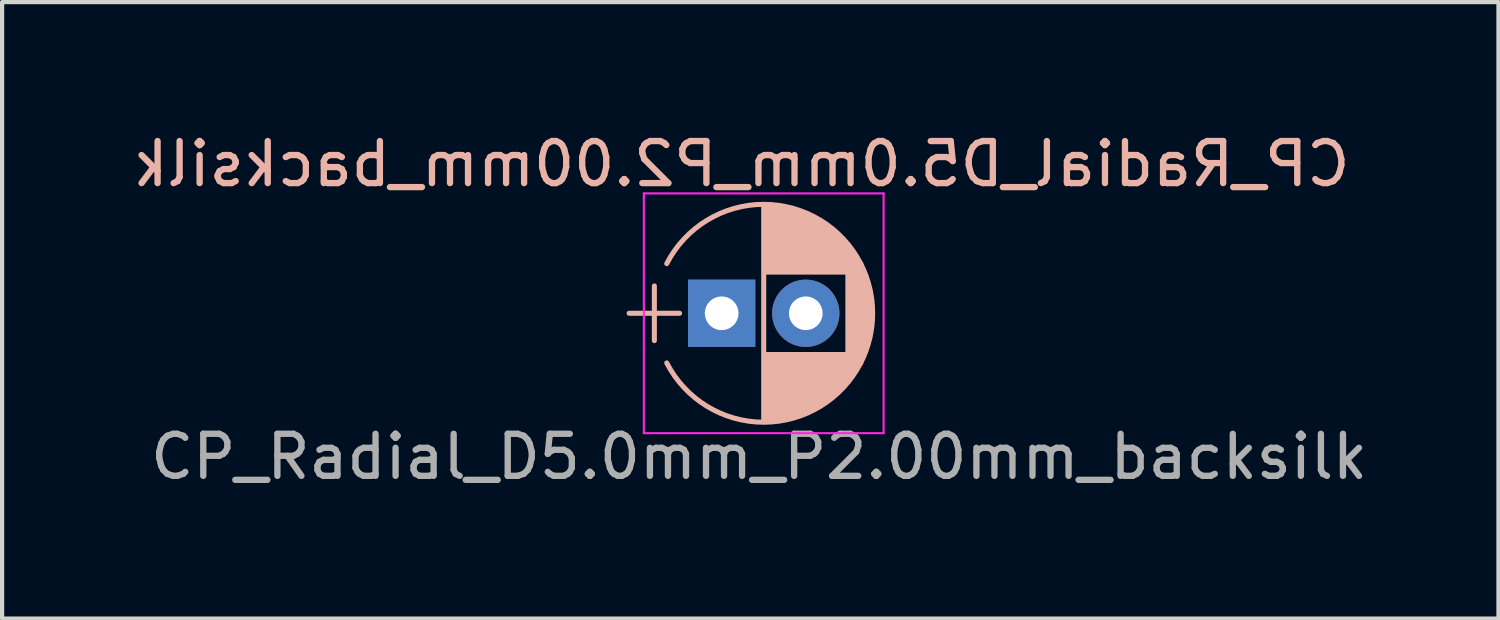
<source format=kicad_pcb>
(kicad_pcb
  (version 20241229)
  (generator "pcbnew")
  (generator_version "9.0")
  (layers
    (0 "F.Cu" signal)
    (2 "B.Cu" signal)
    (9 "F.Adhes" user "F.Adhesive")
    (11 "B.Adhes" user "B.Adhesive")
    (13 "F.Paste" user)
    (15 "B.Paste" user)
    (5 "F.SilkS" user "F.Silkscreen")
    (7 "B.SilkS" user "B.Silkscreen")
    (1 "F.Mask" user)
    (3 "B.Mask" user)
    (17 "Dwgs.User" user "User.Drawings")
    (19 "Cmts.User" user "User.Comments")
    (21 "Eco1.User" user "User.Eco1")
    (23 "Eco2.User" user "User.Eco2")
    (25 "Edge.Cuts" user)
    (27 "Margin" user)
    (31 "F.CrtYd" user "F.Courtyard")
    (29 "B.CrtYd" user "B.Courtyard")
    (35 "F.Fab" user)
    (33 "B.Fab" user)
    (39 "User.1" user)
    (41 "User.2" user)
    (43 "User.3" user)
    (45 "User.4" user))
  (footprint "CP_Radial_D5.0mm_P2.00mm_backsilk"
    (layer "F.Cu")
    (at 14.107 4.398)
    (property "Reference" "CP_Radial_D5.0mm_P2.00mm_backsilk" (at 0.47 -3.55 0) (layer "B.SilkS") (effects (font (size 1 1) (thickness 0.15)) (justify mirror)))
    (attr through_hole)
    (fp_line (start -2.2 0) (end -1 0) (stroke (width 0.12) (type solid)) (layer "B.SilkS"))
    (fp_line (start -1.6 -0.65) (end -1.6 0.65) (stroke (width 0.12) (type solid)) (layer "B.SilkS"))
    (fp_line (start 1 -2.55) (end 1 2.55) (stroke (width 0.12) (type solid)) (layer "B.SilkS"))
    (fp_line (start 1.04 -2.55) (end 1.04 -0.98) (stroke (width 0.12) (type solid)) (layer "B.SilkS"))
    (fp_line (start 1.04 0.98) (end 1.04 2.55) (stroke (width 0.12) (type solid)) (layer "B.SilkS"))
    (fp_line (start 1.08 -2.549) (end 1.08 -0.98) (stroke (width 0.12) (type solid)) (layer "B.SilkS"))
    (fp_line (start 1.08 0.98) (end 1.08 2.549) (stroke (width 0.12) (type solid)) (layer "B.SilkS"))
    (fp_line (start 1.12 -2.548) (end 1.12 -0.98) (stroke (width 0.12) (type solid)) (layer "B.SilkS"))
    (fp_line (start 1.12 0.98) (end 1.12 2.548) (stroke (width 0.12) (type solid)) (layer "B.SilkS"))
    (fp_line (start 1.16 -2.546) (end 1.16 -0.98) (stroke (width 0.12) (type solid)) (layer "B.SilkS"))
    (fp_line (start 1.16 0.98) (end 1.16 2.546) (stroke (width 0.12) (type solid)) (layer "B.SilkS"))
    (fp_line (start 1.2 -2.543) (end 1.2 -0.98) (stroke (width 0.12) (type solid)) (layer "B.SilkS"))
    (fp_line (start 1.2 0.98) (end 1.2 2.543) (stroke (width 0.12) (type solid)) (layer "B.SilkS"))
    (fp_line (start 1.24 -2.539) (end 1.24 -0.98) (stroke (width 0.12) (type solid)) (layer "B.SilkS"))
    (fp_line (start 1.24 0.98) (end 1.24 2.539) (stroke (width 0.12) (type solid)) (layer "B.SilkS"))
    (fp_line (start 1.28 -2.535) (end 1.28 -0.98) (stroke (width 0.12) (type solid)) (layer "B.SilkS"))
    (fp_line (start 1.28 0.98) (end 1.28 2.535) (stroke (width 0.12) (type solid)) (layer "B.SilkS"))
    (fp_line (start 1.32 -2.531) (end 1.32 -0.98) (stroke (width 0.12) (type solid)) (layer "B.SilkS"))
    (fp_line (start 1.32 0.98) (end 1.32 2.531) (stroke (width 0.12) (type solid)) (layer "B.SilkS"))
    (fp_line (start 1.36 -2.525) (end 1.36 -0.98) (stroke (width 0.12) (type solid)) (layer "B.SilkS"))
    (fp_line (start 1.36 0.98) (end 1.36 2.525) (stroke (width 0.12) (type solid)) (layer "B.SilkS"))
    (fp_line (start 1.4 -2.519) (end 1.4 -0.98) (stroke (width 0.12) (type solid)) (layer "B.SilkS"))
    (fp_line (start 1.4 0.98) (end 1.4 2.519) (stroke (width 0.12) (type solid)) (layer "B.SilkS"))
    (fp_line (start 1.44 -2.513) (end 1.44 -0.98) (stroke (width 0.12) (type solid)) (layer "B.SilkS"))
    (fp_line (start 1.44 0.98) (end 1.44 2.513) (stroke (width 0.12) (type solid)) (layer "B.SilkS"))
    (fp_line (start 1.48 -2.506) (end 1.48 -0.98) (stroke (width 0.12) (type solid)) (layer "B.SilkS"))
    (fp_line (start 1.48 0.98) (end 1.48 2.506) (stroke (width 0.12) (type solid)) (layer "B.SilkS"))
    (fp_line (start 1.52 -2.498) (end 1.52 -0.98) (stroke (width 0.12) (type solid)) (layer "B.SilkS"))
    (fp_line (start 1.52 0.98) (end 1.52 2.498) (stroke (width 0.12) (type solid)) (layer "B.SilkS"))
    (fp_line (start 1.56 -2.489) (end 1.56 -0.98) (stroke (width 0.12) (type solid)) (layer "B.SilkS"))
    (fp_line (start 1.56 0.98) (end 1.56 2.489) (stroke (width 0.12) (type solid)) (layer "B.SilkS"))
    (fp_line (start 1.6 -2.48) (end 1.6 -0.98) (stroke (width 0.12) (type solid)) (layer "B.SilkS"))
    (fp_line (start 1.6 0.98) (end 1.6 2.48) (stroke (width 0.12) (type solid)) (layer "B.SilkS"))
    (fp_line (start 1.64 -2.47) (end 1.64 -0.98) (stroke (width 0.12) (type solid)) (layer "B.SilkS"))
    (fp_line (start 1.64 0.98) (end 1.64 2.47) (stroke (width 0.12) (type solid)) (layer "B.SilkS"))
    (fp_line (start 1.68 -2.46) (end 1.68 -0.98) (stroke (width 0.12) (type solid)) (layer "B.SilkS"))
    (fp_line (start 1.68 0.98) (end 1.68 2.46) (stroke (width 0.12) (type solid)) (layer "B.SilkS"))
    (fp_line (start 1.721 -2.448) (end 1.721 -0.98) (stroke (width 0.12) (type solid)) (layer "B.SilkS"))
    (fp_line (start 1.721 0.98) (end 1.721 2.448) (stroke (width 0.12) (type solid)) (layer "B.SilkS"))
    (fp_line (start 1.761 -2.436) (end 1.761 -0.98) (stroke (width 0.12) (type solid)) (layer "B.SilkS"))
    (fp_line (start 1.761 0.98) (end 1.761 2.436) (stroke (width 0.12) (type solid)) (layer "B.SilkS"))
    (fp_line (start 1.801 -2.424) (end 1.801 -0.98) (stroke (width 0.12) (type solid)) (layer "B.SilkS"))
    (fp_line (start 1.801 0.98) (end 1.801 2.424) (stroke (width 0.12) (type solid)) (layer "B.SilkS"))
    (fp_line (start 1.841 -2.41) (end 1.841 -0.98) (stroke (width 0.12) (type solid)) (layer "B.SilkS"))
    (fp_line (start 1.841 0.98) (end 1.841 2.41) (stroke (width 0.12) (type solid)) (layer "B.SilkS"))
    (fp_line (start 1.881 -2.396) (end 1.881 -0.98) (stroke (width 0.12) (type solid)) (layer "B.SilkS"))
    (fp_line (start 1.881 0.98) (end 1.881 2.396) (stroke (width 0.12) (type solid)) (layer "B.SilkS"))
    (fp_line (start 1.921 -2.382) (end 1.921 -0.98) (stroke (width 0.12) (type solid)) (layer "B.SilkS"))
    (fp_line (start 1.921 0.98) (end 1.921 2.382) (stroke (width 0.12) (type solid)) (layer "B.SilkS"))
    (fp_line (start 1.961 -2.366) (end 1.961 -0.98) (stroke (width 0.12) (type solid)) (layer "B.SilkS"))
    (fp_line (start 1.961 0.98) (end 1.961 2.366) (stroke (width 0.12) (type solid)) (layer "B.SilkS"))
    (fp_line (start 2.001 -2.35) (end 2.001 -0.98) (stroke (width 0.12) (type solid)) (layer "B.SilkS"))
    (fp_line (start 2.001 0.98) (end 2.001 2.35) (stroke (width 0.12) (type solid)) (layer "B.SilkS"))
    (fp_line (start 2.041 -2.333) (end 2.041 -0.98) (stroke (width 0.12) (type solid)) (layer "B.SilkS"))
    (fp_line (start 2.041 0.98) (end 2.041 2.333) (stroke (width 0.12) (type solid)) (layer "B.SilkS"))
    (fp_line (start 2.081 -2.315) (end 2.081 -0.98) (stroke (width 0.12) (type solid)) (layer "B.SilkS"))
    (fp_line (start 2.081 0.98) (end 2.081 2.315) (stroke (width 0.12) (type solid)) (layer "B.SilkS"))
    (fp_line (start 2.121 -2.296) (end 2.121 -0.98) (stroke (width 0.12) (type solid)) (layer "B.SilkS"))
    (fp_line (start 2.121 0.98) (end 2.121 2.296) (stroke (width 0.12) (type solid)) (layer "B.SilkS"))
    (fp_line (start 2.161 -2.276) (end 2.161 -0.98) (stroke (width 0.12) (type solid)) (layer "B.SilkS"))
    (fp_line (start 2.161 0.98) (end 2.161 2.276) (stroke (width 0.12) (type solid)) (layer "B.SilkS"))
    (fp_line (start 2.201 -2.256) (end 2.201 -0.98) (stroke (width 0.12) (type solid)) (layer "B.SilkS"))
    (fp_line (start 2.201 0.98) (end 2.201 2.256) (stroke (width 0.12) (type solid)) (layer "B.SilkS"))
    (fp_line (start 2.241 -2.234) (end 2.241 -0.98) (stroke (width 0.12) (type solid)) (layer "B.SilkS"))
    (fp_line (start 2.241 0.98) (end 2.241 2.234) (stroke (width 0.12) (type solid)) (layer "B.SilkS"))
    (fp_line (start 2.281 -2.212) (end 2.281 -0.98) (stroke (width 0.12) (type solid)) (layer "B.SilkS"))
    (fp_line (start 2.281 0.98) (end 2.281 2.212) (stroke (width 0.12) (type solid)) (layer "B.SilkS"))
    (fp_line (start 2.321 -2.189) (end 2.321 -0.98) (stroke (width 0.12) (type solid)) (layer "B.SilkS"))
    (fp_line (start 2.321 0.98) (end 2.321 2.189) (stroke (width 0.12) (type solid)) (layer "B.SilkS"))
    (fp_line (start 2.361 -2.165) (end 2.361 -0.98) (stroke (width 0.12) (type solid)) (layer "B.SilkS"))
    (fp_line (start 2.361 0.98) (end 2.361 2.165) (stroke (width 0.12) (type solid)) (layer "B.SilkS"))
    (fp_line (start 2.401 -2.14) (end 2.401 -0.98) (stroke (width 0.12) (type solid)) (layer "B.SilkS"))
    (fp_line (start 2.401 0.98) (end 2.401 2.14) (stroke (width 0.12) (type solid)) (layer "B.SilkS"))
    (fp_line (start 2.441 -2.113) (end 2.441 -0.98) (stroke (width 0.12) (type solid)) (layer "B.SilkS"))
    (fp_line (start 2.441 0.98) (end 2.441 2.113) (stroke (width 0.12) (type solid)) (layer "B.SilkS"))
    (fp_line (start 2.481 -2.086) (end 2.481 -0.98) (stroke (width 0.12) (type solid)) (layer "B.SilkS"))
    (fp_line (start 2.481 0.98) (end 2.481 2.086) (stroke (width 0.12) (type solid)) (layer "B.SilkS"))
    (fp_line (start 2.521 -2.058) (end 2.521 -0.98) (stroke (width 0.12) (type solid)) (layer "B.SilkS"))
    (fp_line (start 2.521 0.98) (end 2.521 2.058) (stroke (width 0.12) (type solid)) (layer "B.SilkS"))
    (fp_line (start 2.561 -2.028) (end 2.561 -0.98) (stroke (width 0.12) (type solid)) (layer "B.SilkS"))
    (fp_line (start 2.561 0.98) (end 2.561 2.028) (stroke (width 0.12) (type solid)) (layer "B.SilkS"))
    (fp_line (start 2.601 -1.997) (end 2.601 -0.98) (stroke (width 0.12) (type solid)) (layer "B.SilkS"))
    (fp_line (start 2.601 0.98) (end 2.601 1.997) (stroke (width 0.12) (type solid)) (layer "B.SilkS"))
    (fp_line (start 2.641 -1.965) (end 2.641 -0.98) (stroke (width 0.12) (type solid)) (layer "B.SilkS"))
    (fp_line (start 2.641 0.98) (end 2.641 1.965) (stroke (width 0.12) (type solid)) (layer "B.SilkS"))
    (fp_line (start 2.681 -1.932) (end 2.681 -0.98) (stroke (width 0.12) (type solid)) (layer "B.SilkS"))
    (fp_line (start 2.681 0.98) (end 2.681 1.932) (stroke (width 0.12) (type solid)) (layer "B.SilkS"))
    (fp_line (start 2.721 -1.897) (end 2.721 -0.98) (stroke (width 0.12) (type solid)) (layer "B.SilkS"))
    (fp_line (start 2.721 0.98) (end 2.721 1.897) (stroke (width 0.12) (type solid)) (layer "B.SilkS"))
    (fp_line (start 2.761 -1.861) (end 2.761 -0.98) (stroke (width 0.12) (type solid)) (layer "B.SilkS"))
    (fp_line (start 2.761 0.98) (end 2.761 1.861) (stroke (width 0.12) (type solid)) (layer "B.SilkS"))
    (fp_line (start 2.801 -1.823) (end 2.801 -0.98) (stroke (width 0.12) (type solid)) (layer "B.SilkS"))
    (fp_line (start 2.801 0.98) (end 2.801 1.823) (stroke (width 0.12) (type solid)) (layer "B.SilkS"))
    (fp_line (start 2.841 -1.783) (end 2.841 -0.98) (stroke (width 0.12) (type solid)) (layer "B.SilkS"))
    (fp_line (start 2.841 0.98) (end 2.841 1.783) (stroke (width 0.12) (type solid)) (layer "B.SilkS"))
    (fp_line (start 2.881 -1.742) (end 2.881 -0.98) (stroke (width 0.12) (type solid)) (layer "B.SilkS"))
    (fp_line (start 2.881 0.98) (end 2.881 1.742) (stroke (width 0.12) (type solid)) (layer "B.SilkS"))
    (fp_line (start 2.921 -1.699) (end 2.921 -0.98) (stroke (width 0.12) (type solid)) (layer "B.SilkS"))
    (fp_line (start 2.921 0.98) (end 2.921 1.699) (stroke (width 0.12) (type solid)) (layer "B.SilkS"))
    (fp_line (start 2.961 -1.654) (end 2.961 -0.98) (stroke (width 0.12) (type solid)) (layer "B.SilkS"))
    (fp_line (start 2.961 0.98) (end 2.961 1.654) (stroke (width 0.12) (type solid)) (layer "B.SilkS"))
    (fp_line (start 3.001 -1.606) (end 3.001 1.606) (stroke (width 0.12) (type solid)) (layer "B.SilkS"))
    (fp_line (start 3.041 -1.556) (end 3.041 1.556) (stroke (width 0.12) (type solid)) (layer "B.SilkS"))
    (fp_line (start 3.081 -1.504) (end 3.081 1.504) (stroke (width 0.12) (type solid)) (layer "B.SilkS"))
    (fp_line (start 3.121 -1.448) (end 3.121 1.448) (stroke (width 0.12) (type solid)) (layer "B.SilkS"))
    (fp_line (start 3.161 -1.39) (end 3.161 1.39) (stroke (width 0.12) (type solid)) (layer "B.SilkS"))
    (fp_line (start 3.201 -1.327) (end 3.201 1.327) (stroke (width 0.12) (type solid)) (layer "B.SilkS"))
    (fp_line (start 3.241 -1.261) (end 3.241 1.261) (stroke (width 0.12) (type solid)) (layer "B.SilkS"))
    (fp_line (start 3.281 -1.189) (end 3.281 1.189) (stroke (width 0.12) (type solid)) (layer "B.SilkS"))
    (fp_line (start 3.321 -1.112) (end 3.321 1.112) (stroke (width 0.12) (type solid)) (layer "B.SilkS"))
    (fp_line (start 3.361 -1.028) (end 3.361 1.028) (stroke (width 0.12) (type solid)) (layer "B.SilkS"))
    (fp_line (start 3.401 -0.934) (end 3.401 0.934) (stroke (width 0.12) (type solid)) (layer "B.SilkS"))
    (fp_line (start 3.441 -0.829) (end 3.441 0.829) (stroke (width 0.12) (type solid)) (layer "B.SilkS"))
    (fp_line (start 3.481 -0.707) (end 3.481 0.707) (stroke (width 0.12) (type solid)) (layer "B.SilkS"))
    (fp_line (start 3.521 -0.559) (end 3.521 0.559) (stroke (width 0.12) (type solid)) (layer "B.SilkS"))
    (fp_line (start 3.561 -0.354) (end 3.561 0.354) (stroke (width 0.12) (type solid)) (layer "B.SilkS"))
    (fp_arc (start -1.30558 -1.18) (mid 1.000156 -2.59) (end 3.305722 -1.179722) (stroke (width 0.12) (type solid)) (layer "B.SilkS"))
    (fp_arc (start 3.30558 -1.18) (mid 3.59 -0.000156) (end 3.305722 1.179722) (stroke (width 0.12) (type solid)) (layer "B.SilkS"))
    (fp_arc (start 3.305722 1.179722) (mid 1.000156 2.59) (end -1.30558 1.18) (stroke (width 0.12) (type solid)) (layer "B.SilkS"))
    (fp_line (start -1.85 -2.85) (end -1.85 2.85) (stroke (width 0.05) (type solid)) (layer "F.CrtYd"))
    (fp_line (start -1.85 2.85) (end 3.85 2.85) (stroke (width 0.05) (type solid)) (layer "F.CrtYd"))
    (fp_line (start 3.85 -2.85) (end -1.85 -2.85) (stroke (width 0.05) (type solid)) (layer "F.CrtYd"))
    (fp_line (start 3.85 2.85) (end 3.85 -2.85) (stroke (width 0.05) (type solid)) (layer "F.CrtYd"))
    (fp_text user "${REFERENCE}" (at 0.89 3.41 0) (layer "F.Fab") (effects (font (size 1 1) (thickness 0.15))))
    (pad "1" thru_hole rect (at 0 0) (size 1.6 1.6) (drill 0.8) (layers "*.Cu" "*.Mask"))
    (pad "2" thru_hole circle (at 2 0) (size 1.6 1.6) (drill 0.8) (layers "*.Cu" "*.Mask")))
  (gr_rect
    (start -3 -3)
    (end 32.575 11.656)
    (stroke (width 0.1) (type default))
    (fill no)
    (layer "Edge.Cuts")))
</source>
